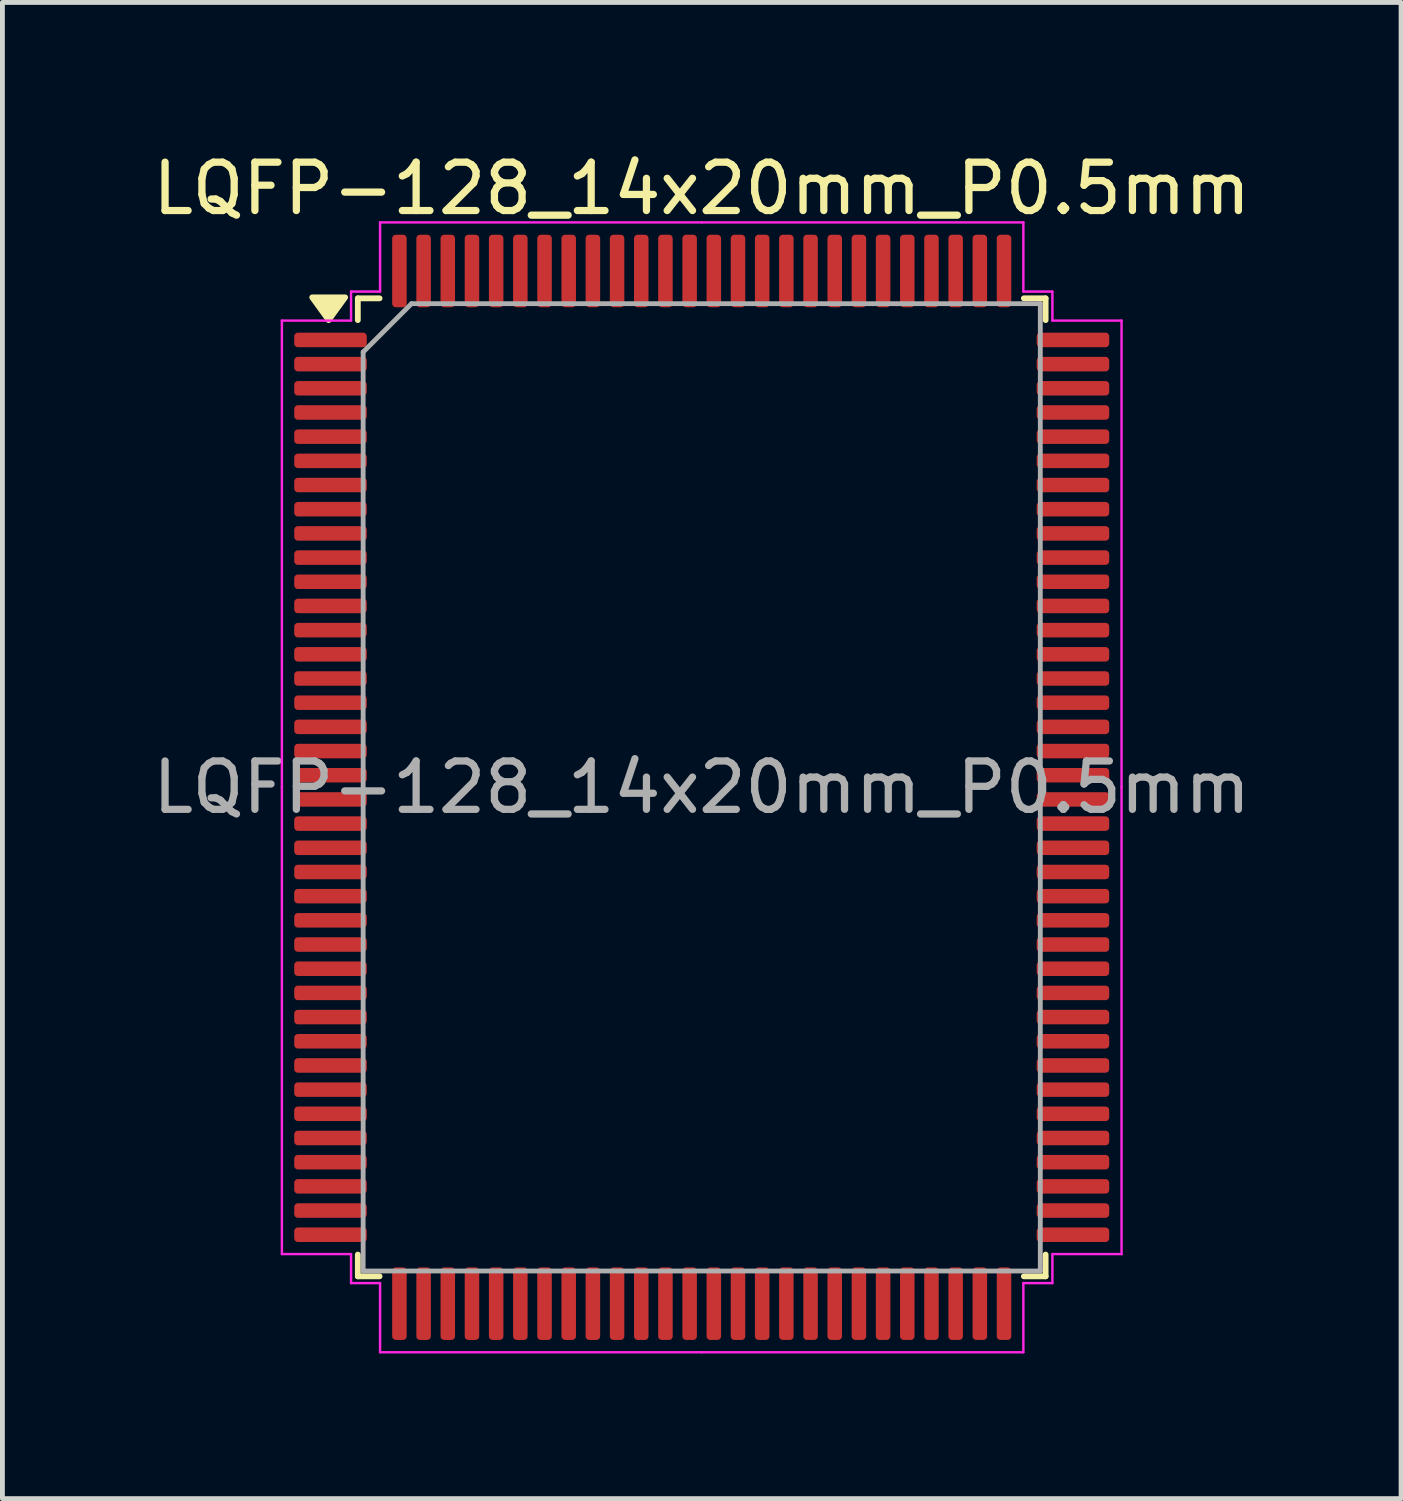
<source format=kicad_pcb>
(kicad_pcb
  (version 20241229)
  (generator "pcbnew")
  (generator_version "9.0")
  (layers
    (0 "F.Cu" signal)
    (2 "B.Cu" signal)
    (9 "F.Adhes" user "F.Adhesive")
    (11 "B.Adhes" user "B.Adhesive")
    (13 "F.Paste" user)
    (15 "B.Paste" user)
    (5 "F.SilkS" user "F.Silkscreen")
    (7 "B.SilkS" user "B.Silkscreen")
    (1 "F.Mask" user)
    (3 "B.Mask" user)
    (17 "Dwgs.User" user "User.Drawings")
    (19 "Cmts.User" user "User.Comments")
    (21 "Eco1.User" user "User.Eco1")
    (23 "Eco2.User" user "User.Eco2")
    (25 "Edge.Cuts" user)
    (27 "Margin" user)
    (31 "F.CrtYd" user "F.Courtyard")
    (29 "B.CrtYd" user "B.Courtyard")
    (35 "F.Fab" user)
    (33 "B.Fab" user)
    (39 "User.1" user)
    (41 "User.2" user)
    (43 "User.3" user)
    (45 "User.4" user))
  (footprint "LQFP-128_14x20mm_P0.5mm"
    (layer "F.Cu")
    (at 11.458 13.228)
    (property "Reference" "LQFP-128_14x20mm_P0.5mm" (at 0 -12.38 0) (layer "F.SilkS") (effects (font (size 1 1) (thickness 0.15))))
    (attr smd)
    (fp_line (start -7.11 -10.11) (end -7.11 -9.66) (stroke (width 0.12) (type solid)) (layer "F.SilkS"))
    (fp_line (start -7.11 10.11) (end -7.11 9.66) (stroke (width 0.12) (type solid)) (layer "F.SilkS"))
    (fp_line (start -6.66 -10.11) (end -7.11 -10.11) (stroke (width 0.12) (type solid)) (layer "F.SilkS"))
    (fp_line (start -6.66 10.11) (end -7.11 10.11) (stroke (width 0.12) (type solid)) (layer "F.SilkS"))
    (fp_line (start 6.66 -10.11) (end 7.11 -10.11) (stroke (width 0.12) (type solid)) (layer "F.SilkS"))
    (fp_line (start 6.66 10.11) (end 7.11 10.11) (stroke (width 0.12) (type solid)) (layer "F.SilkS"))
    (fp_line (start 7.11 -10.11) (end 7.11 -9.66) (stroke (width 0.12) (type solid)) (layer "F.SilkS"))
    (fp_line (start 7.11 10.11) (end 7.11 9.66) (stroke (width 0.12) (type solid)) (layer "F.SilkS"))
    (fp_poly (pts (xy -7.713 -9.66) (xy -8.053 -10.13) (xy -7.372 -10.13) (xy -7.713 -9.66)) (stroke (width 0.12) (type solid)) (fill yes) (layer "F.SilkS"))
    (fp_line (start -8.68 -9.65) (end -8.68 0) (stroke (width 0.05) (type solid)) (layer "F.CrtYd"))
    (fp_line (start -8.68 9.65) (end -8.68 0) (stroke (width 0.05) (type solid)) (layer "F.CrtYd"))
    (fp_line (start -7.25 -10.25) (end -7.25 -9.65) (stroke (width 0.05) (type solid)) (layer "F.CrtYd"))
    (fp_line (start -7.25 -9.65) (end -8.68 -9.65) (stroke (width 0.05) (type solid)) (layer "F.CrtYd"))
    (fp_line (start -7.25 9.65) (end -8.68 9.65) (stroke (width 0.05) (type solid)) (layer "F.CrtYd"))
    (fp_line (start -7.25 10.25) (end -7.25 9.65) (stroke (width 0.05) (type solid)) (layer "F.CrtYd"))
    (fp_line (start -6.65 -11.68) (end -6.65 -10.25) (stroke (width 0.05) (type solid)) (layer "F.CrtYd"))
    (fp_line (start -6.65 -10.25) (end -7.25 -10.25) (stroke (width 0.05) (type solid)) (layer "F.CrtYd"))
    (fp_line (start -6.65 10.25) (end -7.25 10.25) (stroke (width 0.05) (type solid)) (layer "F.CrtYd"))
    (fp_line (start -6.65 11.68) (end -6.65 10.25) (stroke (width 0.05) (type solid)) (layer "F.CrtYd"))
    (fp_line (start 0 -11.68) (end -6.65 -11.68) (stroke (width 0.05) (type solid)) (layer "F.CrtYd"))
    (fp_line (start 0 -11.68) (end 6.65 -11.68) (stroke (width 0.05) (type solid)) (layer "F.CrtYd"))
    (fp_line (start 0 11.68) (end -6.65 11.68) (stroke (width 0.05) (type solid)) (layer "F.CrtYd"))
    (fp_line (start 0 11.68) (end 6.65 11.68) (stroke (width 0.05) (type solid)) (layer "F.CrtYd"))
    (fp_line (start 6.65 -11.68) (end 6.65 -10.25) (stroke (width 0.05) (type solid)) (layer "F.CrtYd"))
    (fp_line (start 6.65 -10.25) (end 7.25 -10.25) (stroke (width 0.05) (type solid)) (layer "F.CrtYd"))
    (fp_line (start 6.65 10.25) (end 7.25 10.25) (stroke (width 0.05) (type solid)) (layer "F.CrtYd"))
    (fp_line (start 6.65 11.68) (end 6.65 10.25) (stroke (width 0.05) (type solid)) (layer "F.CrtYd"))
    (fp_line (start 7.25 -10.25) (end 7.25 -9.65) (stroke (width 0.05) (type solid)) (layer "F.CrtYd"))
    (fp_line (start 7.25 -9.65) (end 8.68 -9.65) (stroke (width 0.05) (type solid)) (layer "F.CrtYd"))
    (fp_line (start 7.25 9.65) (end 8.68 9.65) (stroke (width 0.05) (type solid)) (layer "F.CrtYd"))
    (fp_line (start 7.25 10.25) (end 7.25 9.65) (stroke (width 0.05) (type solid)) (layer "F.CrtYd"))
    (fp_line (start 8.68 -9.65) (end 8.68 0) (stroke (width 0.05) (type solid)) (layer "F.CrtYd"))
    (fp_line (start 8.68 9.65) (end 8.68 0) (stroke (width 0.05) (type solid)) (layer "F.CrtYd"))
    (fp_line (start -7 -9) (end -6 -10) (stroke (width 0.1) (type solid)) (layer "F.Fab"))
    (fp_line (start -7 10) (end -7 -9) (stroke (width 0.1) (type solid)) (layer "F.Fab"))
    (fp_line (start -6 -10) (end 7 -10) (stroke (width 0.1) (type solid)) (layer "F.Fab"))
    (fp_line (start 7 -10) (end 7 10) (stroke (width 0.1) (type solid)) (layer "F.Fab"))
    (fp_line (start 7 10) (end -7 10) (stroke (width 0.1) (type solid)) (layer "F.Fab"))
    (fp_text user "${REFERENCE}" (at 0 0 0) (layer "F.Fab") (effects (font (size 1 1) (thickness 0.15))))
    (pad "1" smd roundrect (at -7.675 -9.25) (size 1.5 0.3) (layers "F.Cu" "F.Mask" "F.Paste") (roundrect_rratio 0.25))
    (pad "2" smd roundrect (at -7.675 -8.75) (size 1.5 0.3) (layers "F.Cu" "F.Mask" "F.Paste") (roundrect_rratio 0.25))
    (pad "3" smd roundrect (at -7.675 -8.25) (size 1.5 0.3) (layers "F.Cu" "F.Mask" "F.Paste") (roundrect_rratio 0.25))
    (pad "4" smd roundrect (at -7.675 -7.75) (size 1.5 0.3) (layers "F.Cu" "F.Mask" "F.Paste") (roundrect_rratio 0.25))
    (pad "5" smd roundrect (at -7.675 -7.25) (size 1.5 0.3) (layers "F.Cu" "F.Mask" "F.Paste") (roundrect_rratio 0.25))
    (pad "6" smd roundrect (at -7.675 -6.75) (size 1.5 0.3) (layers "F.Cu" "F.Mask" "F.Paste") (roundrect_rratio 0.25))
    (pad "7" smd roundrect (at -7.675 -6.25) (size 1.5 0.3) (layers "F.Cu" "F.Mask" "F.Paste") (roundrect_rratio 0.25))
    (pad "8" smd roundrect (at -7.675 -5.75) (size 1.5 0.3) (layers "F.Cu" "F.Mask" "F.Paste") (roundrect_rratio 0.25))
    (pad "9" smd roundrect (at -7.675 -5.25) (size 1.5 0.3) (layers "F.Cu" "F.Mask" "F.Paste") (roundrect_rratio 0.25))
    (pad "10" smd roundrect (at -7.675 -4.75) (size 1.5 0.3) (layers "F.Cu" "F.Mask" "F.Paste") (roundrect_rratio 0.25))
    (pad "11" smd roundrect (at -7.675 -4.25) (size 1.5 0.3) (layers "F.Cu" "F.Mask" "F.Paste") (roundrect_rratio 0.25))
    (pad "12" smd roundrect (at -7.675 -3.75) (size 1.5 0.3) (layers "F.Cu" "F.Mask" "F.Paste") (roundrect_rratio 0.25))
    (pad "13" smd roundrect (at -7.675 -3.25) (size 1.5 0.3) (layers "F.Cu" "F.Mask" "F.Paste") (roundrect_rratio 0.25))
    (pad "14" smd roundrect (at -7.675 -2.75) (size 1.5 0.3) (layers "F.Cu" "F.Mask" "F.Paste") (roundrect_rratio 0.25))
    (pad "15" smd roundrect (at -7.675 -2.25) (size 1.5 0.3) (layers "F.Cu" "F.Mask" "F.Paste") (roundrect_rratio 0.25))
    (pad "16" smd roundrect (at -7.675 -1.75) (size 1.5 0.3) (layers "F.Cu" "F.Mask" "F.Paste") (roundrect_rratio 0.25))
    (pad "17" smd roundrect (at -7.675 -1.25) (size 1.5 0.3) (layers "F.Cu" "F.Mask" "F.Paste") (roundrect_rratio 0.25))
    (pad "18" smd roundrect (at -7.675 -0.75) (size 1.5 0.3) (layers "F.Cu" "F.Mask" "F.Paste") (roundrect_rratio 0.25))
    (pad "19" smd roundrect (at -7.675 -0.25) (size 1.5 0.3) (layers "F.Cu" "F.Mask" "F.Paste") (roundrect_rratio 0.25))
    (pad "20" smd roundrect (at -7.675 0.25) (size 1.5 0.3) (layers "F.Cu" "F.Mask" "F.Paste") (roundrect_rratio 0.25))
    (pad "21" smd roundrect (at -7.675 0.75) (size 1.5 0.3) (layers "F.Cu" "F.Mask" "F.Paste") (roundrect_rratio 0.25))
    (pad "22" smd roundrect (at -7.675 1.25) (size 1.5 0.3) (layers "F.Cu" "F.Mask" "F.Paste") (roundrect_rratio 0.25))
    (pad "23" smd roundrect (at -7.675 1.75) (size 1.5 0.3) (layers "F.Cu" "F.Mask" "F.Paste") (roundrect_rratio 0.25))
    (pad "24" smd roundrect (at -7.675 2.25) (size 1.5 0.3) (layers "F.Cu" "F.Mask" "F.Paste") (roundrect_rratio 0.25))
    (pad "25" smd roundrect (at -7.675 2.75) (size 1.5 0.3) (layers "F.Cu" "F.Mask" "F.Paste") (roundrect_rratio 0.25))
    (pad "26" smd roundrect (at -7.675 3.25) (size 1.5 0.3) (layers "F.Cu" "F.Mask" "F.Paste") (roundrect_rratio 0.25))
    (pad "27" smd roundrect (at -7.675 3.75) (size 1.5 0.3) (layers "F.Cu" "F.Mask" "F.Paste") (roundrect_rratio 0.25))
    (pad "28" smd roundrect (at -7.675 4.25) (size 1.5 0.3) (layers "F.Cu" "F.Mask" "F.Paste") (roundrect_rratio 0.25))
    (pad "29" smd roundrect (at -7.675 4.75) (size 1.5 0.3) (layers "F.Cu" "F.Mask" "F.Paste") (roundrect_rratio 0.25))
    (pad "30" smd roundrect (at -7.675 5.25) (size 1.5 0.3) (layers "F.Cu" "F.Mask" "F.Paste") (roundrect_rratio 0.25))
    (pad "31" smd roundrect (at -7.675 5.75) (size 1.5 0.3) (layers "F.Cu" "F.Mask" "F.Paste") (roundrect_rratio 0.25))
    (pad "32" smd roundrect (at -7.675 6.25) (size 1.5 0.3) (layers "F.Cu" "F.Mask" "F.Paste") (roundrect_rratio 0.25))
    (pad "33" smd roundrect (at -7.675 6.75) (size 1.5 0.3) (layers "F.Cu" "F.Mask" "F.Paste") (roundrect_rratio 0.25))
    (pad "34" smd roundrect (at -7.675 7.25) (size 1.5 0.3) (layers "F.Cu" "F.Mask" "F.Paste") (roundrect_rratio 0.25))
    (pad "35" smd roundrect (at -7.675 7.75) (size 1.5 0.3) (layers "F.Cu" "F.Mask" "F.Paste") (roundrect_rratio 0.25))
    (pad "36" smd roundrect (at -7.675 8.25) (size 1.5 0.3) (layers "F.Cu" "F.Mask" "F.Paste") (roundrect_rratio 0.25))
    (pad "37" smd roundrect (at -7.675 8.75) (size 1.5 0.3) (layers "F.Cu" "F.Mask" "F.Paste") (roundrect_rratio 0.25))
    (pad "38" smd roundrect (at -7.675 9.25) (size 1.5 0.3) (layers "F.Cu" "F.Mask" "F.Paste") (roundrect_rratio 0.25))
    (pad "39" smd roundrect (at -6.25 10.675) (size 0.3 1.5) (layers "F.Cu" "F.Mask" "F.Paste") (roundrect_rratio 0.25))
    (pad "40" smd roundrect (at -5.75 10.675) (size 0.3 1.5) (layers "F.Cu" "F.Mask" "F.Paste") (roundrect_rratio 0.25))
    (pad "41" smd roundrect (at -5.25 10.675) (size 0.3 1.5) (layers "F.Cu" "F.Mask" "F.Paste") (roundrect_rratio 0.25))
    (pad "42" smd roundrect (at -4.75 10.675) (size 0.3 1.5) (layers "F.Cu" "F.Mask" "F.Paste") (roundrect_rratio 0.25))
    (pad "43" smd roundrect (at -4.25 10.675) (size 0.3 1.5) (layers "F.Cu" "F.Mask" "F.Paste") (roundrect_rratio 0.25))
    (pad "44" smd roundrect (at -3.75 10.675) (size 0.3 1.5) (layers "F.Cu" "F.Mask" "F.Paste") (roundrect_rratio 0.25))
    (pad "45" smd roundrect (at -3.25 10.675) (size 0.3 1.5) (layers "F.Cu" "F.Mask" "F.Paste") (roundrect_rratio 0.25))
    (pad "46" smd roundrect (at -2.75 10.675) (size 0.3 1.5) (layers "F.Cu" "F.Mask" "F.Paste") (roundrect_rratio 0.25))
    (pad "47" smd roundrect (at -2.25 10.675) (size 0.3 1.5) (layers "F.Cu" "F.Mask" "F.Paste") (roundrect_rratio 0.25))
    (pad "48" smd roundrect (at -1.75 10.675) (size 0.3 1.5) (layers "F.Cu" "F.Mask" "F.Paste") (roundrect_rratio 0.25))
    (pad "49" smd roundrect (at -1.25 10.675) (size 0.3 1.5) (layers "F.Cu" "F.Mask" "F.Paste") (roundrect_rratio 0.25))
    (pad "50" smd roundrect (at -0.75 10.675) (size 0.3 1.5) (layers "F.Cu" "F.Mask" "F.Paste") (roundrect_rratio 0.25))
    (pad "51" smd roundrect (at -0.25 10.675) (size 0.3 1.5) (layers "F.Cu" "F.Mask" "F.Paste") (roundrect_rratio 0.25))
    (pad "52" smd roundrect (at 0.25 10.675) (size 0.3 1.5) (layers "F.Cu" "F.Mask" "F.Paste") (roundrect_rratio 0.25))
    (pad "53" smd roundrect (at 0.75 10.675) (size 0.3 1.5) (layers "F.Cu" "F.Mask" "F.Paste") (roundrect_rratio 0.25))
    (pad "54" smd roundrect (at 1.25 10.675) (size 0.3 1.5) (layers "F.Cu" "F.Mask" "F.Paste") (roundrect_rratio 0.25))
    (pad "55" smd roundrect (at 1.75 10.675) (size 0.3 1.5) (layers "F.Cu" "F.Mask" "F.Paste") (roundrect_rratio 0.25))
    (pad "56" smd roundrect (at 2.25 10.675) (size 0.3 1.5) (layers "F.Cu" "F.Mask" "F.Paste") (roundrect_rratio 0.25))
    (pad "57" smd roundrect (at 2.75 10.675) (size 0.3 1.5) (layers "F.Cu" "F.Mask" "F.Paste") (roundrect_rratio 0.25))
    (pad "58" smd roundrect (at 3.25 10.675) (size 0.3 1.5) (layers "F.Cu" "F.Mask" "F.Paste") (roundrect_rratio 0.25))
    (pad "59" smd roundrect (at 3.75 10.675) (size 0.3 1.5) (layers "F.Cu" "F.Mask" "F.Paste") (roundrect_rratio 0.25))
    (pad "60" smd roundrect (at 4.25 10.675) (size 0.3 1.5) (layers "F.Cu" "F.Mask" "F.Paste") (roundrect_rratio 0.25))
    (pad "61" smd roundrect (at 4.75 10.675) (size 0.3 1.5) (layers "F.Cu" "F.Mask" "F.Paste") (roundrect_rratio 0.25))
    (pad "62" smd roundrect (at 5.25 10.675) (size 0.3 1.5) (layers "F.Cu" "F.Mask" "F.Paste") (roundrect_rratio 0.25))
    (pad "63" smd roundrect (at 5.75 10.675) (size 0.3 1.5) (layers "F.Cu" "F.Mask" "F.Paste") (roundrect_rratio 0.25))
    (pad "64" smd roundrect (at 6.25 10.675) (size 0.3 1.5) (layers "F.Cu" "F.Mask" "F.Paste") (roundrect_rratio 0.25))
    (pad "65" smd roundrect (at 7.675 9.25) (size 1.5 0.3) (layers "F.Cu" "F.Mask" "F.Paste") (roundrect_rratio 0.25))
    (pad "66" smd roundrect (at 7.675 8.75) (size 1.5 0.3) (layers "F.Cu" "F.Mask" "F.Paste") (roundrect_rratio 0.25))
    (pad "67" smd roundrect (at 7.675 8.25) (size 1.5 0.3) (layers "F.Cu" "F.Mask" "F.Paste") (roundrect_rratio 0.25))
    (pad "68" smd roundrect (at 7.675 7.75) (size 1.5 0.3) (layers "F.Cu" "F.Mask" "F.Paste") (roundrect_rratio 0.25))
    (pad "69" smd roundrect (at 7.675 7.25) (size 1.5 0.3) (layers "F.Cu" "F.Mask" "F.Paste") (roundrect_rratio 0.25))
    (pad "70" smd roundrect (at 7.675 6.75) (size 1.5 0.3) (layers "F.Cu" "F.Mask" "F.Paste") (roundrect_rratio 0.25))
    (pad "71" smd roundrect (at 7.675 6.25) (size 1.5 0.3) (layers "F.Cu" "F.Mask" "F.Paste") (roundrect_rratio 0.25))
    (pad "72" smd roundrect (at 7.675 5.75) (size 1.5 0.3) (layers "F.Cu" "F.Mask" "F.Paste") (roundrect_rratio 0.25))
    (pad "73" smd roundrect (at 7.675 5.25) (size 1.5 0.3) (layers "F.Cu" "F.Mask" "F.Paste") (roundrect_rratio 0.25))
    (pad "74" smd roundrect (at 7.675 4.75) (size 1.5 0.3) (layers "F.Cu" "F.Mask" "F.Paste") (roundrect_rratio 0.25))
    (pad "75" smd roundrect (at 7.675 4.25) (size 1.5 0.3) (layers "F.Cu" "F.Mask" "F.Paste") (roundrect_rratio 0.25))
    (pad "76" smd roundrect (at 7.675 3.75) (size 1.5 0.3) (layers "F.Cu" "F.Mask" "F.Paste") (roundrect_rratio 0.25))
    (pad "77" smd roundrect (at 7.675 3.25) (size 1.5 0.3) (layers "F.Cu" "F.Mask" "F.Paste") (roundrect_rratio 0.25))
    (pad "78" smd roundrect (at 7.675 2.75) (size 1.5 0.3) (layers "F.Cu" "F.Mask" "F.Paste") (roundrect_rratio 0.25))
    (pad "79" smd roundrect (at 7.675 2.25) (size 1.5 0.3) (layers "F.Cu" "F.Mask" "F.Paste") (roundrect_rratio 0.25))
    (pad "80" smd roundrect (at 7.675 1.75) (size 1.5 0.3) (layers "F.Cu" "F.Mask" "F.Paste") (roundrect_rratio 0.25))
    (pad "81" smd roundrect (at 7.675 1.25) (size 1.5 0.3) (layers "F.Cu" "F.Mask" "F.Paste") (roundrect_rratio 0.25))
    (pad "82" smd roundrect (at 7.675 0.75) (size 1.5 0.3) (layers "F.Cu" "F.Mask" "F.Paste") (roundrect_rratio 0.25))
    (pad "83" smd roundrect (at 7.675 0.25) (size 1.5 0.3) (layers "F.Cu" "F.Mask" "F.Paste") (roundrect_rratio 0.25))
    (pad "84" smd roundrect (at 7.675 -0.25) (size 1.5 0.3) (layers "F.Cu" "F.Mask" "F.Paste") (roundrect_rratio 0.25))
    (pad "85" smd roundrect (at 7.675 -0.75) (size 1.5 0.3) (layers "F.Cu" "F.Mask" "F.Paste") (roundrect_rratio 0.25))
    (pad "86" smd roundrect (at 7.675 -1.25) (size 1.5 0.3) (layers "F.Cu" "F.Mask" "F.Paste") (roundrect_rratio 0.25))
    (pad "87" smd roundrect (at 7.675 -1.75) (size 1.5 0.3) (layers "F.Cu" "F.Mask" "F.Paste") (roundrect_rratio 0.25))
    (pad "88" smd roundrect (at 7.675 -2.25) (size 1.5 0.3) (layers "F.Cu" "F.Mask" "F.Paste") (roundrect_rratio 0.25))
    (pad "89" smd roundrect (at 7.675 -2.75) (size 1.5 0.3) (layers "F.Cu" "F.Mask" "F.Paste") (roundrect_rratio 0.25))
    (pad "90" smd roundrect (at 7.675 -3.25) (size 1.5 0.3) (layers "F.Cu" "F.Mask" "F.Paste") (roundrect_rratio 0.25))
    (pad "91" smd roundrect (at 7.675 -3.75) (size 1.5 0.3) (layers "F.Cu" "F.Mask" "F.Paste") (roundrect_rratio 0.25))
    (pad "92" smd roundrect (at 7.675 -4.25) (size 1.5 0.3) (layers "F.Cu" "F.Mask" "F.Paste") (roundrect_rratio 0.25))
    (pad "93" smd roundrect (at 7.675 -4.75) (size 1.5 0.3) (layers "F.Cu" "F.Mask" "F.Paste") (roundrect_rratio 0.25))
    (pad "94" smd roundrect (at 7.675 -5.25) (size 1.5 0.3) (layers "F.Cu" "F.Mask" "F.Paste") (roundrect_rratio 0.25))
    (pad "95" smd roundrect (at 7.675 -5.75) (size 1.5 0.3) (layers "F.Cu" "F.Mask" "F.Paste") (roundrect_rratio 0.25))
    (pad "96" smd roundrect (at 7.675 -6.25) (size 1.5 0.3) (layers "F.Cu" "F.Mask" "F.Paste") (roundrect_rratio 0.25))
    (pad "97" smd roundrect (at 7.675 -6.75) (size 1.5 0.3) (layers "F.Cu" "F.Mask" "F.Paste") (roundrect_rratio 0.25))
    (pad "98" smd roundrect (at 7.675 -7.25) (size 1.5 0.3) (layers "F.Cu" "F.Mask" "F.Paste") (roundrect_rratio 0.25))
    (pad "99" smd roundrect (at 7.675 -7.75) (size 1.5 0.3) (layers "F.Cu" "F.Mask" "F.Paste") (roundrect_rratio 0.25))
    (pad "100" smd roundrect (at 7.675 -8.25) (size 1.5 0.3) (layers "F.Cu" "F.Mask" "F.Paste") (roundrect_rratio 0.25))
    (pad "101" smd roundrect (at 7.675 -8.75) (size 1.5 0.3) (layers "F.Cu" "F.Mask" "F.Paste") (roundrect_rratio 0.25))
    (pad "102" smd roundrect (at 7.675 -9.25) (size 1.5 0.3) (layers "F.Cu" "F.Mask" "F.Paste") (roundrect_rratio 0.25))
    (pad "103" smd roundrect (at 6.25 -10.675) (size 0.3 1.5) (layers "F.Cu" "F.Mask" "F.Paste") (roundrect_rratio 0.25))
    (pad "104" smd roundrect (at 5.75 -10.675) (size 0.3 1.5) (layers "F.Cu" "F.Mask" "F.Paste") (roundrect_rratio 0.25))
    (pad "105" smd roundrect (at 5.25 -10.675) (size 0.3 1.5) (layers "F.Cu" "F.Mask" "F.Paste") (roundrect_rratio 0.25))
    (pad "106" smd roundrect (at 4.75 -10.675) (size 0.3 1.5) (layers "F.Cu" "F.Mask" "F.Paste") (roundrect_rratio 0.25))
    (pad "107" smd roundrect (at 4.25 -10.675) (size 0.3 1.5) (layers "F.Cu" "F.Mask" "F.Paste") (roundrect_rratio 0.25))
    (pad "108" smd roundrect (at 3.75 -10.675) (size 0.3 1.5) (layers "F.Cu" "F.Mask" "F.Paste") (roundrect_rratio 0.25))
    (pad "109" smd roundrect (at 3.25 -10.675) (size 0.3 1.5) (layers "F.Cu" "F.Mask" "F.Paste") (roundrect_rratio 0.25))
    (pad "110" smd roundrect (at 2.75 -10.675) (size 0.3 1.5) (layers "F.Cu" "F.Mask" "F.Paste") (roundrect_rratio 0.25))
    (pad "111" smd roundrect (at 2.25 -10.675) (size 0.3 1.5) (layers "F.Cu" "F.Mask" "F.Paste") (roundrect_rratio 0.25))
    (pad "112" smd roundrect (at 1.75 -10.675) (size 0.3 1.5) (layers "F.Cu" "F.Mask" "F.Paste") (roundrect_rratio 0.25))
    (pad "113" smd roundrect (at 1.25 -10.675) (size 0.3 1.5) (layers "F.Cu" "F.Mask" "F.Paste") (roundrect_rratio 0.25))
    (pad "114" smd roundrect (at 0.75 -10.675) (size 0.3 1.5) (layers "F.Cu" "F.Mask" "F.Paste") (roundrect_rratio 0.25))
    (pad "115" smd roundrect (at 0.25 -10.675) (size 0.3 1.5) (layers "F.Cu" "F.Mask" "F.Paste") (roundrect_rratio 0.25))
    (pad "116" smd roundrect (at -0.25 -10.675) (size 0.3 1.5) (layers "F.Cu" "F.Mask" "F.Paste") (roundrect_rratio 0.25))
    (pad "117" smd roundrect (at -0.75 -10.675) (size 0.3 1.5) (layers "F.Cu" "F.Mask" "F.Paste") (roundrect_rratio 0.25))
    (pad "118" smd roundrect (at -1.25 -10.675) (size 0.3 1.5) (layers "F.Cu" "F.Mask" "F.Paste") (roundrect_rratio 0.25))
    (pad "119" smd roundrect (at -1.75 -10.675) (size 0.3 1.5) (layers "F.Cu" "F.Mask" "F.Paste") (roundrect_rratio 0.25))
    (pad "120" smd roundrect (at -2.25 -10.675) (size 0.3 1.5) (layers "F.Cu" "F.Mask" "F.Paste") (roundrect_rratio 0.25))
    (pad "121" smd roundrect (at -2.75 -10.675) (size 0.3 1.5) (layers "F.Cu" "F.Mask" "F.Paste") (roundrect_rratio 0.25))
    (pad "122" smd roundrect (at -3.25 -10.675) (size 0.3 1.5) (layers "F.Cu" "F.Mask" "F.Paste") (roundrect_rratio 0.25))
    (pad "123" smd roundrect (at -3.75 -10.675) (size 0.3 1.5) (layers "F.Cu" "F.Mask" "F.Paste") (roundrect_rratio 0.25))
    (pad "124" smd roundrect (at -4.25 -10.675) (size 0.3 1.5) (layers "F.Cu" "F.Mask" "F.Paste") (roundrect_rratio 0.25))
    (pad "125" smd roundrect (at -4.75 -10.675) (size 0.3 1.5) (layers "F.Cu" "F.Mask" "F.Paste") (roundrect_rratio 0.25))
    (pad "126" smd roundrect (at -5.25 -10.675) (size 0.3 1.5) (layers "F.Cu" "F.Mask" "F.Paste") (roundrect_rratio 0.25))
    (pad "127" smd roundrect (at -5.75 -10.675) (size 0.3 1.5) (layers "F.Cu" "F.Mask" "F.Paste") (roundrect_rratio 0.25))
    (pad "128" smd roundrect (at -6.25 -10.675) (size 0.3 1.5) (layers "F.Cu" "F.Mask" "F.Paste") (roundrect_rratio 0.25)))
  (gr_rect
    (start -3 -3)
    (end 25.917 27.933)
    (stroke (width 0.1) (type default))
    (fill no)
    (layer "Edge.Cuts")))
</source>
